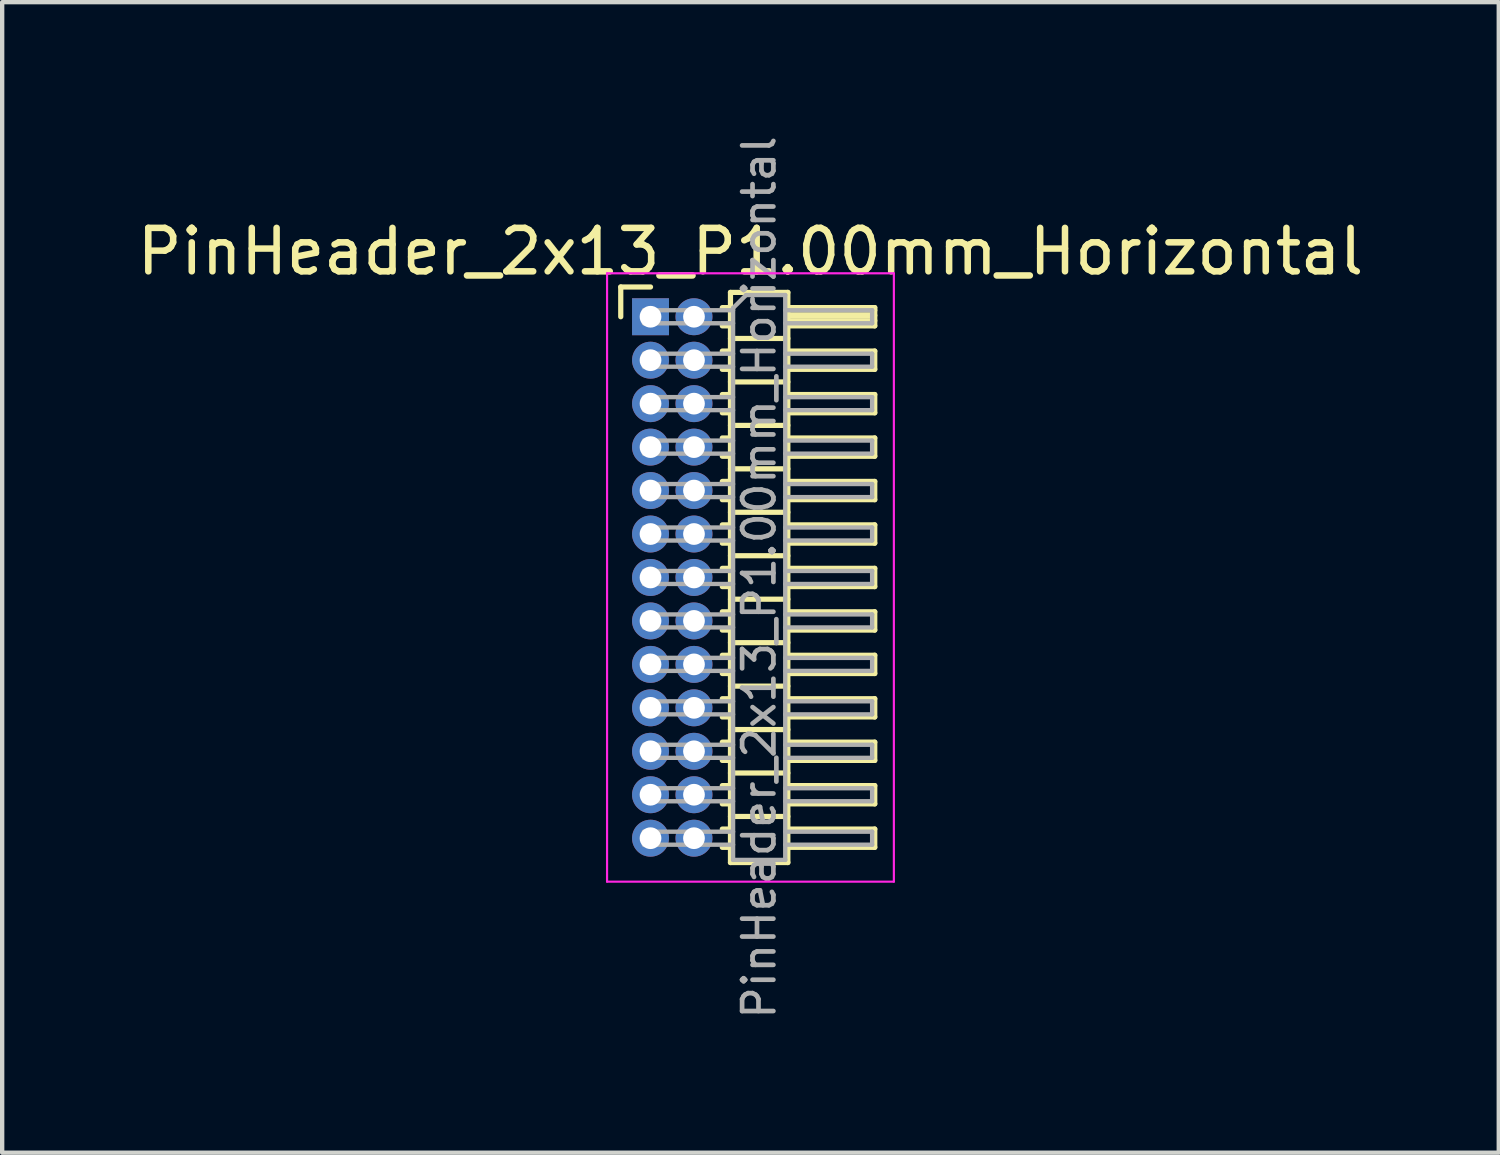
<source format=kicad_pcb>
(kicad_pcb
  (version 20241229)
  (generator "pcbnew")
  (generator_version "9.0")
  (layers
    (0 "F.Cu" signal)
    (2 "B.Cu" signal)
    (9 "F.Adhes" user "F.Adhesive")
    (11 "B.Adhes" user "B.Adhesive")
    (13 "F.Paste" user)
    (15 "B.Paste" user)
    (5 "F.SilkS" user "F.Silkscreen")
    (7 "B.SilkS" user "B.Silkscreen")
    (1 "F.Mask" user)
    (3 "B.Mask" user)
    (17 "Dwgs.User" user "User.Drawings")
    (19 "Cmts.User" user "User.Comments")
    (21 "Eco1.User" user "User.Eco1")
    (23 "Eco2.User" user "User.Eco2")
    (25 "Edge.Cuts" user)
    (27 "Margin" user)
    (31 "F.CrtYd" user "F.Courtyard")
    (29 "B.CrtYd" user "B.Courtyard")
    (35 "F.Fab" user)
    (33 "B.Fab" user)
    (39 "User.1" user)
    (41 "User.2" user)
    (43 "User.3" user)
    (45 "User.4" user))
  (footprint "PinHeader_2x13_P1.00mm_Horizontal"
    (layer "F.Cu")
    (at 11.92 4.239)
    (property "Reference" "PinHeader_2x13_P1.00mm_Horizontal" (at 2.3 -1.5 0) (layer "F.SilkS") (effects (font (size 1 1) (thickness 0.15))))
    (attr through_hole)
    (fp_line (start -0.685 -0.685) (end 0 -0.685) (stroke (width 0.12) (type solid)) (layer "F.SilkS"))
    (fp_line (start -0.685 0) (end -0.685 -0.685) (stroke (width 0.12) (type solid)) (layer "F.SilkS"))
    (fp_line (start 1.652 -0.21) (end 1.84 -0.21) (stroke (width 0.12) (type solid)) (layer "F.SilkS"))
    (fp_line (start 1.652 0.21) (end 1.84 0.21) (stroke (width 0.12) (type solid)) (layer "F.SilkS"))
    (fp_line (start 1.652 0.79) (end 1.84 0.79) (stroke (width 0.12) (type solid)) (layer "F.SilkS"))
    (fp_line (start 1.652 1.21) (end 1.84 1.21) (stroke (width 0.12) (type solid)) (layer "F.SilkS"))
    (fp_line (start 1.652 1.79) (end 1.84 1.79) (stroke (width 0.12) (type solid)) (layer "F.SilkS"))
    (fp_line (start 1.652 2.21) (end 1.84 2.21) (stroke (width 0.12) (type solid)) (layer "F.SilkS"))
    (fp_line (start 1.652 2.79) (end 1.84 2.79) (stroke (width 0.12) (type solid)) (layer "F.SilkS"))
    (fp_line (start 1.652 3.21) (end 1.84 3.21) (stroke (width 0.12) (type solid)) (layer "F.SilkS"))
    (fp_line (start 1.652 3.79) (end 1.84 3.79) (stroke (width 0.12) (type solid)) (layer "F.SilkS"))
    (fp_line (start 1.652 4.21) (end 1.84 4.21) (stroke (width 0.12) (type solid)) (layer "F.SilkS"))
    (fp_line (start 1.652 4.79) (end 1.84 4.79) (stroke (width 0.12) (type solid)) (layer "F.SilkS"))
    (fp_line (start 1.652 5.21) (end 1.84 5.21) (stroke (width 0.12) (type solid)) (layer "F.SilkS"))
    (fp_line (start 1.652 5.79) (end 1.84 5.79) (stroke (width 0.12) (type solid)) (layer "F.SilkS"))
    (fp_line (start 1.652 6.21) (end 1.84 6.21) (stroke (width 0.12) (type solid)) (layer "F.SilkS"))
    (fp_line (start 1.652 6.79) (end 1.84 6.79) (stroke (width 0.12) (type solid)) (layer "F.SilkS"))
    (fp_line (start 1.652 7.21) (end 1.84 7.21) (stroke (width 0.12) (type solid)) (layer "F.SilkS"))
    (fp_line (start 1.652 7.79) (end 1.84 7.79) (stroke (width 0.12) (type solid)) (layer "F.SilkS"))
    (fp_line (start 1.652 8.21) (end 1.84 8.21) (stroke (width 0.12) (type solid)) (layer "F.SilkS"))
    (fp_line (start 1.652 8.79) (end 1.84 8.79) (stroke (width 0.12) (type solid)) (layer "F.SilkS"))
    (fp_line (start 1.652 9.21) (end 1.84 9.21) (stroke (width 0.12) (type solid)) (layer "F.SilkS"))
    (fp_line (start 1.652 9.79) (end 1.84 9.79) (stroke (width 0.12) (type solid)) (layer "F.SilkS"))
    (fp_line (start 1.652 10.21) (end 1.84 10.21) (stroke (width 0.12) (type solid)) (layer "F.SilkS"))
    (fp_line (start 1.652 10.79) (end 1.84 10.79) (stroke (width 0.12) (type solid)) (layer "F.SilkS"))
    (fp_line (start 1.652 11.21) (end 1.84 11.21) (stroke (width 0.12) (type solid)) (layer "F.SilkS"))
    (fp_line (start 1.652 11.79) (end 1.84 11.79) (stroke (width 0.12) (type solid)) (layer "F.SilkS"))
    (fp_line (start 1.652 12.21) (end 1.84 12.21) (stroke (width 0.12) (type solid)) (layer "F.SilkS"))
    (fp_line (start 1.84 -0.56) (end 1.84 12.56) (stroke (width 0.12) (type solid)) (layer "F.SilkS"))
    (fp_line (start 1.84 0.5) (end 3.16 0.5) (stroke (width 0.12) (type solid)) (layer "F.SilkS"))
    (fp_line (start 1.84 1.5) (end 3.16 1.5) (stroke (width 0.12) (type solid)) (layer "F.SilkS"))
    (fp_line (start 1.84 2.5) (end 3.16 2.5) (stroke (width 0.12) (type solid)) (layer "F.SilkS"))
    (fp_line (start 1.84 3.5) (end 3.16 3.5) (stroke (width 0.12) (type solid)) (layer "F.SilkS"))
    (fp_line (start 1.84 4.5) (end 3.16 4.5) (stroke (width 0.12) (type solid)) (layer "F.SilkS"))
    (fp_line (start 1.84 5.5) (end 3.16 5.5) (stroke (width 0.12) (type solid)) (layer "F.SilkS"))
    (fp_line (start 1.84 6.5) (end 3.16 6.5) (stroke (width 0.12) (type solid)) (layer "F.SilkS"))
    (fp_line (start 1.84 7.5) (end 3.16 7.5) (stroke (width 0.12) (type solid)) (layer "F.SilkS"))
    (fp_line (start 1.84 8.5) (end 3.16 8.5) (stroke (width 0.12) (type solid)) (layer "F.SilkS"))
    (fp_line (start 1.84 9.5) (end 3.16 9.5) (stroke (width 0.12) (type solid)) (layer "F.SilkS"))
    (fp_line (start 1.84 10.5) (end 3.16 10.5) (stroke (width 0.12) (type solid)) (layer "F.SilkS"))
    (fp_line (start 1.84 11.5) (end 3.16 11.5) (stroke (width 0.12) (type solid)) (layer "F.SilkS"))
    (fp_line (start 1.84 12.56) (end 3.16 12.56) (stroke (width 0.12) (type solid)) (layer "F.SilkS"))
    (fp_line (start 3.16 -0.56) (end 1.84 -0.56) (stroke (width 0.12) (type solid)) (layer "F.SilkS"))
    (fp_line (start 3.16 -0.21) (end 5.16 -0.21) (stroke (width 0.12) (type solid)) (layer "F.SilkS"))
    (fp_line (start 3.16 -0.15) (end 5.16 -0.15) (stroke (width 0.12) (type solid)) (layer "F.SilkS"))
    (fp_line (start 3.16 -0.03) (end 5.16 -0.03) (stroke (width 0.12) (type solid)) (layer "F.SilkS"))
    (fp_line (start 3.16 0.09) (end 5.16 0.09) (stroke (width 0.12) (type solid)) (layer "F.SilkS"))
    (fp_line (start 3.16 0.79) (end 5.16 0.79) (stroke (width 0.12) (type solid)) (layer "F.SilkS"))
    (fp_line (start 3.16 1.79) (end 5.16 1.79) (stroke (width 0.12) (type solid)) (layer "F.SilkS"))
    (fp_line (start 3.16 2.79) (end 5.16 2.79) (stroke (width 0.12) (type solid)) (layer "F.SilkS"))
    (fp_line (start 3.16 3.79) (end 5.16 3.79) (stroke (width 0.12) (type solid)) (layer "F.SilkS"))
    (fp_line (start 3.16 4.79) (end 5.16 4.79) (stroke (width 0.12) (type solid)) (layer "F.SilkS"))
    (fp_line (start 3.16 5.79) (end 5.16 5.79) (stroke (width 0.12) (type solid)) (layer "F.SilkS"))
    (fp_line (start 3.16 6.79) (end 5.16 6.79) (stroke (width 0.12) (type solid)) (layer "F.SilkS"))
    (fp_line (start 3.16 7.79) (end 5.16 7.79) (stroke (width 0.12) (type solid)) (layer "F.SilkS"))
    (fp_line (start 3.16 8.79) (end 5.16 8.79) (stroke (width 0.12) (type solid)) (layer "F.SilkS"))
    (fp_line (start 3.16 9.79) (end 5.16 9.79) (stroke (width 0.12) (type solid)) (layer "F.SilkS"))
    (fp_line (start 3.16 10.79) (end 5.16 10.79) (stroke (width 0.12) (type solid)) (layer "F.SilkS"))
    (fp_line (start 3.16 11.79) (end 5.16 11.79) (stroke (width 0.12) (type solid)) (layer "F.SilkS"))
    (fp_line (start 3.16 12.56) (end 3.16 -0.56) (stroke (width 0.12) (type solid)) (layer "F.SilkS"))
    (fp_line (start 5.16 -0.21) (end 5.16 0.21) (stroke (width 0.12) (type solid)) (layer "F.SilkS"))
    (fp_line (start 5.16 0.21) (end 3.16 0.21) (stroke (width 0.12) (type solid)) (layer "F.SilkS"))
    (fp_line (start 5.16 0.79) (end 5.16 1.21) (stroke (width 0.12) (type solid)) (layer "F.SilkS"))
    (fp_line (start 5.16 1.21) (end 3.16 1.21) (stroke (width 0.12) (type solid)) (layer "F.SilkS"))
    (fp_line (start 5.16 1.79) (end 5.16 2.21) (stroke (width 0.12) (type solid)) (layer "F.SilkS"))
    (fp_line (start 5.16 2.21) (end 3.16 2.21) (stroke (width 0.12) (type solid)) (layer "F.SilkS"))
    (fp_line (start 5.16 2.79) (end 5.16 3.21) (stroke (width 0.12) (type solid)) (layer "F.SilkS"))
    (fp_line (start 5.16 3.21) (end 3.16 3.21) (stroke (width 0.12) (type solid)) (layer "F.SilkS"))
    (fp_line (start 5.16 3.79) (end 5.16 4.21) (stroke (width 0.12) (type solid)) (layer "F.SilkS"))
    (fp_line (start 5.16 4.21) (end 3.16 4.21) (stroke (width 0.12) (type solid)) (layer "F.SilkS"))
    (fp_line (start 5.16 4.79) (end 5.16 5.21) (stroke (width 0.12) (type solid)) (layer "F.SilkS"))
    (fp_line (start 5.16 5.21) (end 3.16 5.21) (stroke (width 0.12) (type solid)) (layer "F.SilkS"))
    (fp_line (start 5.16 5.79) (end 5.16 6.21) (stroke (width 0.12) (type solid)) (layer "F.SilkS"))
    (fp_line (start 5.16 6.21) (end 3.16 6.21) (stroke (width 0.12) (type solid)) (layer "F.SilkS"))
    (fp_line (start 5.16 6.79) (end 5.16 7.21) (stroke (width 0.12) (type solid)) (layer "F.SilkS"))
    (fp_line (start 5.16 7.21) (end 3.16 7.21) (stroke (width 0.12) (type solid)) (layer "F.SilkS"))
    (fp_line (start 5.16 7.79) (end 5.16 8.21) (stroke (width 0.12) (type solid)) (layer "F.SilkS"))
    (fp_line (start 5.16 8.21) (end 3.16 8.21) (stroke (width 0.12) (type solid)) (layer "F.SilkS"))
    (fp_line (start 5.16 8.79) (end 5.16 9.21) (stroke (width 0.12) (type solid)) (layer "F.SilkS"))
    (fp_line (start 5.16 9.21) (end 3.16 9.21) (stroke (width 0.12) (type solid)) (layer "F.SilkS"))
    (fp_line (start 5.16 9.79) (end 5.16 10.21) (stroke (width 0.12) (type solid)) (layer "F.SilkS"))
    (fp_line (start 5.16 10.21) (end 3.16 10.21) (stroke (width 0.12) (type solid)) (layer "F.SilkS"))
    (fp_line (start 5.16 10.79) (end 5.16 11.21) (stroke (width 0.12) (type solid)) (layer "F.SilkS"))
    (fp_line (start 5.16 11.21) (end 3.16 11.21) (stroke (width 0.12) (type solid)) (layer "F.SilkS"))
    (fp_line (start 5.16 11.79) (end 5.16 12.21) (stroke (width 0.12) (type solid)) (layer "F.SilkS"))
    (fp_line (start 5.16 12.21) (end 3.16 12.21) (stroke (width 0.12) (type solid)) (layer "F.SilkS"))
    (fp_line (start -1 -1) (end -1 13) (stroke (width 0.05) (type solid)) (layer "F.CrtYd"))
    (fp_line (start -1 13) (end 5.6 13) (stroke (width 0.05) (type solid)) (layer "F.CrtYd"))
    (fp_line (start 5.6 -1) (end -1 -1) (stroke (width 0.05) (type solid)) (layer "F.CrtYd"))
    (fp_line (start 5.6 13) (end 5.6 -1) (stroke (width 0.05) (type solid)) (layer "F.CrtYd"))
    (fp_line (start -0.15 -0.15) (end -0.15 0.15) (stroke (width 0.1) (type solid)) (layer "F.Fab"))
    (fp_line (start -0.15 -0.15) (end 1.9 -0.15) (stroke (width 0.1) (type solid)) (layer "F.Fab"))
    (fp_line (start -0.15 0.15) (end 1.9 0.15) (stroke (width 0.1) (type solid)) (layer "F.Fab"))
    (fp_line (start -0.15 0.85) (end -0.15 1.15) (stroke (width 0.1) (type solid)) (layer "F.Fab"))
    (fp_line (start -0.15 0.85) (end 1.9 0.85) (stroke (width 0.1) (type solid)) (layer "F.Fab"))
    (fp_line (start -0.15 1.15) (end 1.9 1.15) (stroke (width 0.1) (type solid)) (layer "F.Fab"))
    (fp_line (start -0.15 1.85) (end -0.15 2.15) (stroke (width 0.1) (type solid)) (layer "F.Fab"))
    (fp_line (start -0.15 1.85) (end 1.9 1.85) (stroke (width 0.1) (type solid)) (layer "F.Fab"))
    (fp_line (start -0.15 2.15) (end 1.9 2.15) (stroke (width 0.1) (type solid)) (layer "F.Fab"))
    (fp_line (start -0.15 2.85) (end -0.15 3.15) (stroke (width 0.1) (type solid)) (layer "F.Fab"))
    (fp_line (start -0.15 2.85) (end 1.9 2.85) (stroke (width 0.1) (type solid)) (layer "F.Fab"))
    (fp_line (start -0.15 3.15) (end 1.9 3.15) (stroke (width 0.1) (type solid)) (layer "F.Fab"))
    (fp_line (start -0.15 3.85) (end -0.15 4.15) (stroke (width 0.1) (type solid)) (layer "F.Fab"))
    (fp_line (start -0.15 3.85) (end 1.9 3.85) (stroke (width 0.1) (type solid)) (layer "F.Fab"))
    (fp_line (start -0.15 4.15) (end 1.9 4.15) (stroke (width 0.1) (type solid)) (layer "F.Fab"))
    (fp_line (start -0.15 4.85) (end -0.15 5.15) (stroke (width 0.1) (type solid)) (layer "F.Fab"))
    (fp_line (start -0.15 4.85) (end 1.9 4.85) (stroke (width 0.1) (type solid)) (layer "F.Fab"))
    (fp_line (start -0.15 5.15) (end 1.9 5.15) (stroke (width 0.1) (type solid)) (layer "F.Fab"))
    (fp_line (start -0.15 5.85) (end -0.15 6.15) (stroke (width 0.1) (type solid)) (layer "F.Fab"))
    (fp_line (start -0.15 5.85) (end 1.9 5.85) (stroke (width 0.1) (type solid)) (layer "F.Fab"))
    (fp_line (start -0.15 6.15) (end 1.9 6.15) (stroke (width 0.1) (type solid)) (layer "F.Fab"))
    (fp_line (start -0.15 6.85) (end -0.15 7.15) (stroke (width 0.1) (type solid)) (layer "F.Fab"))
    (fp_line (start -0.15 6.85) (end 1.9 6.85) (stroke (width 0.1) (type solid)) (layer "F.Fab"))
    (fp_line (start -0.15 7.15) (end 1.9 7.15) (stroke (width 0.1) (type solid)) (layer "F.Fab"))
    (fp_line (start -0.15 7.85) (end -0.15 8.15) (stroke (width 0.1) (type solid)) (layer "F.Fab"))
    (fp_line (start -0.15 7.85) (end 1.9 7.85) (stroke (width 0.1) (type solid)) (layer "F.Fab"))
    (fp_line (start -0.15 8.15) (end 1.9 8.15) (stroke (width 0.1) (type solid)) (layer "F.Fab"))
    (fp_line (start -0.15 8.85) (end -0.15 9.15) (stroke (width 0.1) (type solid)) (layer "F.Fab"))
    (fp_line (start -0.15 8.85) (end 1.9 8.85) (stroke (width 0.1) (type solid)) (layer "F.Fab"))
    (fp_line (start -0.15 9.15) (end 1.9 9.15) (stroke (width 0.1) (type solid)) (layer "F.Fab"))
    (fp_line (start -0.15 9.85) (end -0.15 10.15) (stroke (width 0.1) (type solid)) (layer "F.Fab"))
    (fp_line (start -0.15 9.85) (end 1.9 9.85) (stroke (width 0.1) (type solid)) (layer "F.Fab"))
    (fp_line (start -0.15 10.15) (end 1.9 10.15) (stroke (width 0.1) (type solid)) (layer "F.Fab"))
    (fp_line (start -0.15 10.85) (end -0.15 11.15) (stroke (width 0.1) (type solid)) (layer "F.Fab"))
    (fp_line (start -0.15 10.85) (end 1.9 10.85) (stroke (width 0.1) (type solid)) (layer "F.Fab"))
    (fp_line (start -0.15 11.15) (end 1.9 11.15) (stroke (width 0.1) (type solid)) (layer "F.Fab"))
    (fp_line (start -0.15 11.85) (end -0.15 12.15) (stroke (width 0.1) (type solid)) (layer "F.Fab"))
    (fp_line (start -0.15 11.85) (end 1.9 11.85) (stroke (width 0.1) (type solid)) (layer "F.Fab"))
    (fp_line (start -0.15 12.15) (end 1.9 12.15) (stroke (width 0.1) (type solid)) (layer "F.Fab"))
    (fp_line (start 1.9 -0.2) (end 2.2 -0.5) (stroke (width 0.1) (type solid)) (layer "F.Fab"))
    (fp_line (start 1.9 12.5) (end 1.9 -0.2) (stroke (width 0.1) (type solid)) (layer "F.Fab"))
    (fp_line (start 2.2 -0.5) (end 3.1 -0.5) (stroke (width 0.1) (type solid)) (layer "F.Fab"))
    (fp_line (start 3.1 -0.5) (end 3.1 12.5) (stroke (width 0.1) (type solid)) (layer "F.Fab"))
    (fp_line (start 3.1 -0.15) (end 5.1 -0.15) (stroke (width 0.1) (type solid)) (layer "F.Fab"))
    (fp_line (start 3.1 0.15) (end 5.1 0.15) (stroke (width 0.1) (type solid)) (layer "F.Fab"))
    (fp_line (start 3.1 0.85) (end 5.1 0.85) (stroke (width 0.1) (type solid)) (layer "F.Fab"))
    (fp_line (start 3.1 1.15) (end 5.1 1.15) (stroke (width 0.1) (type solid)) (layer "F.Fab"))
    (fp_line (start 3.1 1.85) (end 5.1 1.85) (stroke (width 0.1) (type solid)) (layer "F.Fab"))
    (fp_line (start 3.1 2.15) (end 5.1 2.15) (stroke (width 0.1) (type solid)) (layer "F.Fab"))
    (fp_line (start 3.1 2.85) (end 5.1 2.85) (stroke (width 0.1) (type solid)) (layer "F.Fab"))
    (fp_line (start 3.1 3.15) (end 5.1 3.15) (stroke (width 0.1) (type solid)) (layer "F.Fab"))
    (fp_line (start 3.1 3.85) (end 5.1 3.85) (stroke (width 0.1) (type solid)) (layer "F.Fab"))
    (fp_line (start 3.1 4.15) (end 5.1 4.15) (stroke (width 0.1) (type solid)) (layer "F.Fab"))
    (fp_line (start 3.1 4.85) (end 5.1 4.85) (stroke (width 0.1) (type solid)) (layer "F.Fab"))
    (fp_line (start 3.1 5.15) (end 5.1 5.15) (stroke (width 0.1) (type solid)) (layer "F.Fab"))
    (fp_line (start 3.1 5.85) (end 5.1 5.85) (stroke (width 0.1) (type solid)) (layer "F.Fab"))
    (fp_line (start 3.1 6.15) (end 5.1 6.15) (stroke (width 0.1) (type solid)) (layer "F.Fab"))
    (fp_line (start 3.1 6.85) (end 5.1 6.85) (stroke (width 0.1) (type solid)) (layer "F.Fab"))
    (fp_line (start 3.1 7.15) (end 5.1 7.15) (stroke (width 0.1) (type solid)) (layer "F.Fab"))
    (fp_line (start 3.1 7.85) (end 5.1 7.85) (stroke (width 0.1) (type solid)) (layer "F.Fab"))
    (fp_line (start 3.1 8.15) (end 5.1 8.15) (stroke (width 0.1) (type solid)) (layer "F.Fab"))
    (fp_line (start 3.1 8.85) (end 5.1 8.85) (stroke (width 0.1) (type solid)) (layer "F.Fab"))
    (fp_line (start 3.1 9.15) (end 5.1 9.15) (stroke (width 0.1) (type solid)) (layer "F.Fab"))
    (fp_line (start 3.1 9.85) (end 5.1 9.85) (stroke (width 0.1) (type solid)) (layer "F.Fab"))
    (fp_line (start 3.1 10.15) (end 5.1 10.15) (stroke (width 0.1) (type solid)) (layer "F.Fab"))
    (fp_line (start 3.1 10.85) (end 5.1 10.85) (stroke (width 0.1) (type solid)) (layer "F.Fab"))
    (fp_line (start 3.1 11.15) (end 5.1 11.15) (stroke (width 0.1) (type solid)) (layer "F.Fab"))
    (fp_line (start 3.1 11.85) (end 5.1 11.85) (stroke (width 0.1) (type solid)) (layer "F.Fab"))
    (fp_line (start 3.1 12.15) (end 5.1 12.15) (stroke (width 0.1) (type solid)) (layer "F.Fab"))
    (fp_line (start 3.1 12.5) (end 1.9 12.5) (stroke (width 0.1) (type solid)) (layer "F.Fab"))
    (fp_line (start 5.1 -0.15) (end 5.1 0.15) (stroke (width 0.1) (type solid)) (layer "F.Fab"))
    (fp_line (start 5.1 0.85) (end 5.1 1.15) (stroke (width 0.1) (type solid)) (layer "F.Fab"))
    (fp_line (start 5.1 1.85) (end 5.1 2.15) (stroke (width 0.1) (type solid)) (layer "F.Fab"))
    (fp_line (start 5.1 2.85) (end 5.1 3.15) (stroke (width 0.1) (type solid)) (layer "F.Fab"))
    (fp_line (start 5.1 3.85) (end 5.1 4.15) (stroke (width 0.1) (type solid)) (layer "F.Fab"))
    (fp_line (start 5.1 4.85) (end 5.1 5.15) (stroke (width 0.1) (type solid)) (layer "F.Fab"))
    (fp_line (start 5.1 5.85) (end 5.1 6.15) (stroke (width 0.1) (type solid)) (layer "F.Fab"))
    (fp_line (start 5.1 6.85) (end 5.1 7.15) (stroke (width 0.1) (type solid)) (layer "F.Fab"))
    (fp_line (start 5.1 7.85) (end 5.1 8.15) (stroke (width 0.1) (type solid)) (layer "F.Fab"))
    (fp_line (start 5.1 8.85) (end 5.1 9.15) (stroke (width 0.1) (type solid)) (layer "F.Fab"))
    (fp_line (start 5.1 9.85) (end 5.1 10.15) (stroke (width 0.1) (type solid)) (layer "F.Fab"))
    (fp_line (start 5.1 10.85) (end 5.1 11.15) (stroke (width 0.1) (type solid)) (layer "F.Fab"))
    (fp_line (start 5.1 11.85) (end 5.1 12.15) (stroke (width 0.1) (type solid)) (layer "F.Fab"))
    (fp_text user "${REFERENCE}" (at 2.5 6 90) (layer "F.Fab") (effects (font (size 0.72 0.72) (thickness 0.108))))
    (pad "1" thru_hole rect (at 0 0) (size 0.85 0.85) (drill 0.5) (layers "*.Cu" "*.Mask"))
    (pad "2" thru_hole oval (at 1 0) (size 0.85 0.85) (drill 0.5) (layers "*.Cu" "*.Mask"))
    (pad "3" thru_hole oval (at 0 1) (size 0.85 0.85) (drill 0.5) (layers "*.Cu" "*.Mask"))
    (pad "4" thru_hole oval (at 1 1) (size 0.85 0.85) (drill 0.5) (layers "*.Cu" "*.Mask"))
    (pad "5" thru_hole oval (at 0 2) (size 0.85 0.85) (drill 0.5) (layers "*.Cu" "*.Mask"))
    (pad "6" thru_hole oval (at 1 2) (size 0.85 0.85) (drill 0.5) (layers "*.Cu" "*.Mask"))
    (pad "7" thru_hole oval (at 0 3) (size 0.85 0.85) (drill 0.5) (layers "*.Cu" "*.Mask"))
    (pad "8" thru_hole oval (at 1 3) (size 0.85 0.85) (drill 0.5) (layers "*.Cu" "*.Mask"))
    (pad "9" thru_hole oval (at 0 4) (size 0.85 0.85) (drill 0.5) (layers "*.Cu" "*.Mask"))
    (pad "10" thru_hole oval (at 1 4) (size 0.85 0.85) (drill 0.5) (layers "*.Cu" "*.Mask"))
    (pad "11" thru_hole oval (at 0 5) (size 0.85 0.85) (drill 0.5) (layers "*.Cu" "*.Mask"))
    (pad "12" thru_hole oval (at 1 5) (size 0.85 0.85) (drill 0.5) (layers "*.Cu" "*.Mask"))
    (pad "13" thru_hole oval (at 0 6) (size 0.85 0.85) (drill 0.5) (layers "*.Cu" "*.Mask"))
    (pad "14" thru_hole oval (at 1 6) (size 0.85 0.85) (drill 0.5) (layers "*.Cu" "*.Mask"))
    (pad "15" thru_hole oval (at 0 7) (size 0.85 0.85) (drill 0.5) (layers "*.Cu" "*.Mask"))
    (pad "16" thru_hole oval (at 1 7) (size 0.85 0.85) (drill 0.5) (layers "*.Cu" "*.Mask"))
    (pad "17" thru_hole oval (at 0 8) (size 0.85 0.85) (drill 0.5) (layers "*.Cu" "*.Mask"))
    (pad "18" thru_hole oval (at 1 8) (size 0.85 0.85) (drill 0.5) (layers "*.Cu" "*.Mask"))
    (pad "19" thru_hole oval (at 0 9) (size 0.85 0.85) (drill 0.5) (layers "*.Cu" "*.Mask"))
    (pad "20" thru_hole oval (at 1 9) (size 0.85 0.85) (drill 0.5) (layers "*.Cu" "*.Mask"))
    (pad "21" thru_hole oval (at 0 10) (size 0.85 0.85) (drill 0.5) (layers "*.Cu" "*.Mask"))
    (pad "22" thru_hole oval (at 1 10) (size 0.85 0.85) (drill 0.5) (layers "*.Cu" "*.Mask"))
    (pad "23" thru_hole oval (at 0 11) (size 0.85 0.85) (drill 0.5) (layers "*.Cu" "*.Mask"))
    (pad "24" thru_hole oval (at 1 11) (size 0.85 0.85) (drill 0.5) (layers "*.Cu" "*.Mask"))
    (pad "25" thru_hole oval (at 0 12) (size 0.85 0.85) (drill 0.5) (layers "*.Cu" "*.Mask"))
    (pad "26" thru_hole oval (at 1 12) (size 0.85 0.85) (drill 0.5) (layers "*.Cu" "*.Mask")))
  (gr_rect
    (start -3 -3)
    (end 31.44 23.477)
    (stroke (width 0.1) (type default))
    (fill no)
    (layer "Edge.Cuts")))
</source>
